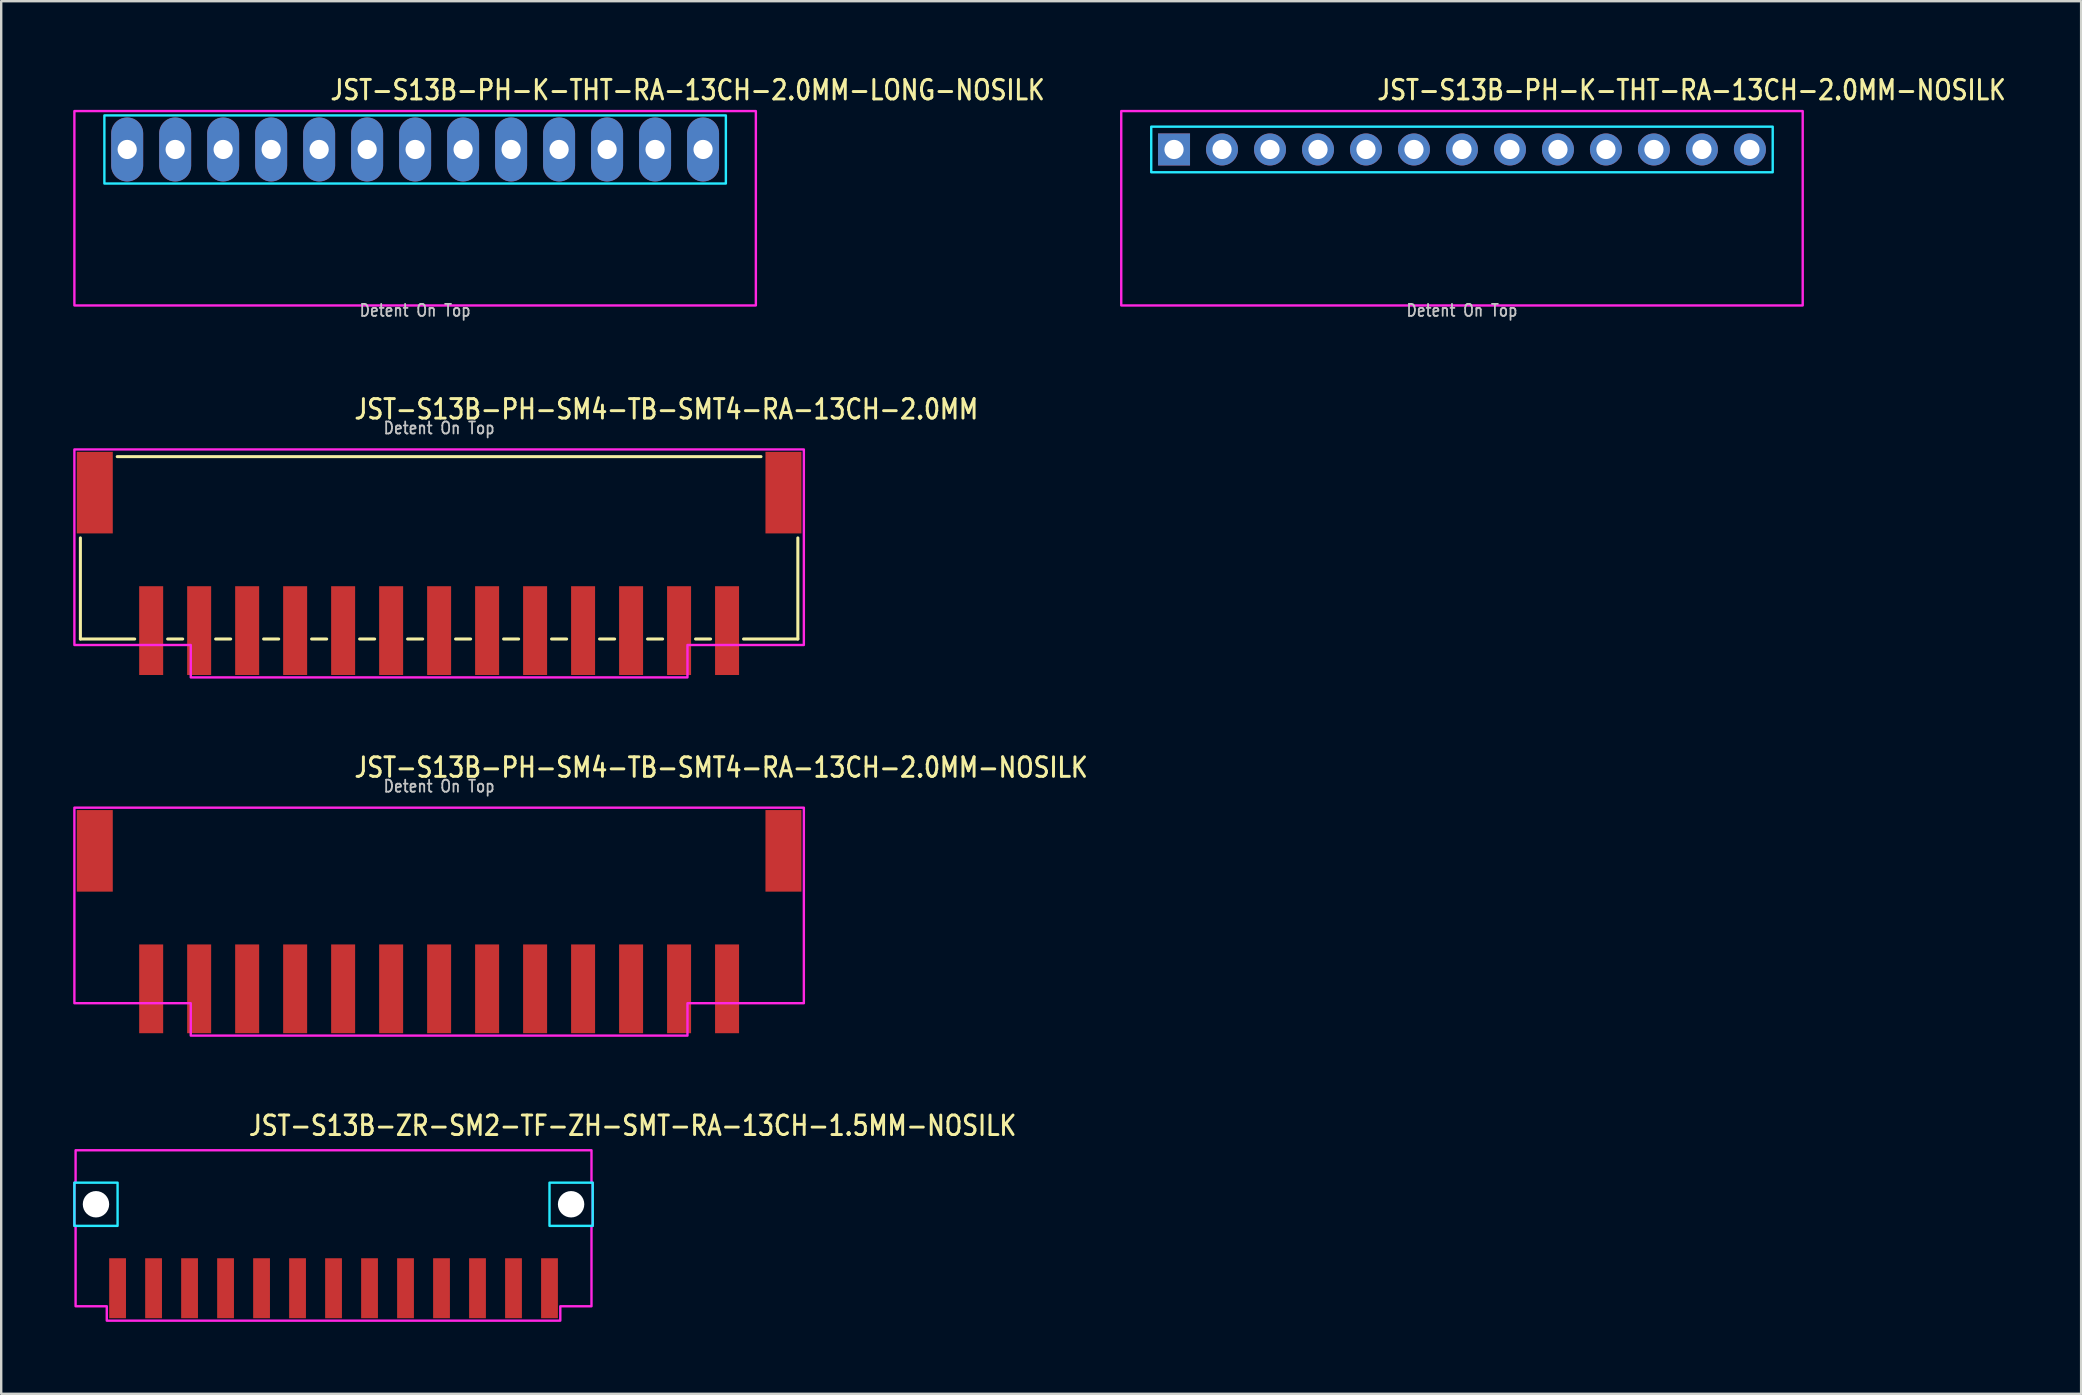
<source format=kicad_pcb>
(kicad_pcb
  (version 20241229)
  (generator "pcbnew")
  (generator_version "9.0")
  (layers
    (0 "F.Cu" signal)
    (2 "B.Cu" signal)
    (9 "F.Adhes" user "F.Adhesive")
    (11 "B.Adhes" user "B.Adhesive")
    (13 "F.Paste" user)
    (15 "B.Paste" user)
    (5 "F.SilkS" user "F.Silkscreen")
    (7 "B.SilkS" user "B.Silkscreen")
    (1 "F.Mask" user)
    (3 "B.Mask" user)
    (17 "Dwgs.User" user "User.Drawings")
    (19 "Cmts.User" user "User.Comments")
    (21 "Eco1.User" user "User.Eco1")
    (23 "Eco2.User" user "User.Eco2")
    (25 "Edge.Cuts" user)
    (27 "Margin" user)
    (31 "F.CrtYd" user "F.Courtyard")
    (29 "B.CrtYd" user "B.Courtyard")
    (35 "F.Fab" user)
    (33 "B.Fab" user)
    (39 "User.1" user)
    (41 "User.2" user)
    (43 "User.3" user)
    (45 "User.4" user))
  (footprint "JST-S13B-PH-SM4-TB-SMT4-RA-13CH-2.0MM"
    (layer "F.Cu")
    (at 15.25 17.48)
    (property "Reference" "JST-S13B-PH-SM4-TB-SMT4-RA-13CH-2.0MM" (at -3.6 -3 0) (unlocked yes) (layer "F.SilkS") (effects (font (size 0.813 0.695) (thickness 0.122)) (justify left bottom)))
    (fp_line (start -14.95 6.1) (end -14.95 1.887) (stroke (width 0.127) (type solid)) (layer "F.SilkS"))
    (fp_line (start -14.95 6.1) (end -12.687 6.1) (stroke (width 0.127) (type solid)) (layer "F.SilkS"))
    (fp_line (start -13.414 -1.5) (end 13.414 -1.5) (stroke (width 0.127) (type solid)) (layer "F.SilkS"))
    (fp_line (start -11.313 6.1) (end -10.687 6.1) (stroke (width 0.127) (type solid)) (layer "F.SilkS"))
    (fp_line (start -9.313 6.1) (end -8.687 6.1) (stroke (width 0.127) (type solid)) (layer "F.SilkS"))
    (fp_line (start -7.314 6.1) (end -6.686 6.1) (stroke (width 0.127) (type solid)) (layer "F.SilkS"))
    (fp_line (start -5.314 6.1) (end -4.686 6.1) (stroke (width 0.127) (type solid)) (layer "F.SilkS"))
    (fp_line (start -3.313 6.1) (end -2.687 6.1) (stroke (width 0.127) (type solid)) (layer "F.SilkS"))
    (fp_line (start -1.313 6.1) (end -0.686 6.1) (stroke (width 0.127) (type solid)) (layer "F.SilkS"))
    (fp_line (start 0.686 6.1) (end 1.313 6.1) (stroke (width 0.127) (type solid)) (layer "F.SilkS"))
    (fp_line (start 2.687 6.1) (end 3.313 6.1) (stroke (width 0.127) (type solid)) (layer "F.SilkS"))
    (fp_line (start 4.686 6.1) (end 5.314 6.1) (stroke (width 0.127) (type solid)) (layer "F.SilkS"))
    (fp_line (start 6.686 6.1) (end 7.314 6.1) (stroke (width 0.127) (type solid)) (layer "F.SilkS"))
    (fp_line (start 8.687 6.1) (end 9.313 6.1) (stroke (width 0.127) (type solid)) (layer "F.SilkS"))
    (fp_line (start 10.687 6.1) (end 11.313 6.1) (stroke (width 0.127) (type solid)) (layer "F.SilkS"))
    (fp_line (start 12.687 6.1) (end 14.95 6.1) (stroke (width 0.127) (type solid)) (layer "F.SilkS"))
    (fp_line (start 14.95 1.887) (end 14.95 6.1) (stroke (width 0.127) (type solid)) (layer "F.SilkS"))
    (fp_poly (pts (xy -15.2 -1.8) (xy -15.2 6.35) (xy -10.35 6.35) (xy -10.35 7.7) (xy 10.35 7.7) (xy 10.35 6.35) (xy 15.2 6.35) (xy 15.2 -1.8)) (stroke (width 0.1) (type solid)) (fill no) (layer "F.CrtYd"))
    (fp_text user "Detent On Top" (at 0 -2.4 0) (unlocked yes) (layer "Dwgs.User") (effects (font (size 0.5 0.427) (thickness 0.075)) (justify bottom)))
    (pad "1" smd rect (at 12 5.75) (size 1 3.7) (layers "F.Cu" "F.Mask" "F.Paste"))
    (pad "2" smd rect (at 10 5.75) (size 1 3.7) (layers "F.Cu" "F.Mask" "F.Paste"))
    (pad "3" smd rect (at 8 5.75) (size 1 3.7) (layers "F.Cu" "F.Mask" "F.Paste"))
    (pad "4" smd rect (at 6 5.75) (size 1 3.7) (layers "F.Cu" "F.Mask" "F.Paste"))
    (pad "5" smd rect (at 4 5.75) (size 1 3.7) (layers "F.Cu" "F.Mask" "F.Paste"))
    (pad "6" smd rect (at 2 5.75) (size 1 3.7) (layers "F.Cu" "F.Mask" "F.Paste"))
    (pad "7" smd rect (at 0 5.75) (size 1 3.7) (layers "F.Cu" "F.Mask" "F.Paste"))
    (pad "8" smd rect (at -2 5.75) (size 1 3.7) (layers "F.Cu" "F.Mask" "F.Paste"))
    (pad "9" smd rect (at -4 5.75) (size 1 3.7) (layers "F.Cu" "F.Mask" "F.Paste"))
    (pad "10" smd rect (at -6 5.75) (size 1 3.7) (layers "F.Cu" "F.Mask" "F.Paste"))
    (pad "11" smd rect (at -8 5.75) (size 1 3.7) (layers "F.Cu" "F.Mask" "F.Paste"))
    (pad "12" smd rect (at -10 5.75) (size 1 3.7) (layers "F.Cu" "F.Mask" "F.Paste"))
    (pad "13" smd rect (at -12 5.75) (size 1 3.7) (layers "F.Cu" "F.Mask" "F.Paste"))
    (pad "S_1" smd rect (at -14.35 0) (size 1.5 3.4) (layers "F.Cu" "F.Mask" "F.Paste"))
    (pad "S_2" smd rect (at 14.35 0) (size 1.5 3.4) (layers "F.Cu" "F.Mask" "F.Paste")))
  (footprint "JST-S13B-ZR-SM2-TF-ZH-SMT-RA-13CH-1.5MM-NOSILK"
    (layer "F.Cu")
    (at 10.85 47.137)
    (property "Reference" "JST-S13B-ZR-SM2-TF-ZH-SMT-RA-13CH-1.5MM-NOSILK" (at -3.6 -2.8 0) (unlocked yes) (layer "F.SilkS") (effects (font (size 0.813 0.695) (thickness 0.122)) (justify left bottom)))
    (fp_poly (pts (xy -10.8 -0.9) (xy -10.8 0.9) (xy -9 0.9) (xy -9 -0.9)) (stroke (width 0.1) (type solid)) (fill no) (layer "B.CrtYd"))
    (fp_poly (pts (xy 10.8 -0.9) (xy 10.8 0.9) (xy 9 0.9) (xy 9 -0.9)) (stroke (width 0.1) (type solid)) (fill no) (layer "B.CrtYd"))
    (fp_poly (pts (xy -10.75 -2.25) (xy -10.75 -0.9) (xy -10.8 -0.9) (xy -10.8 0.9) (xy -10.75 0.9) (xy -10.75 4.25) (xy -9.45 4.25) (xy -9.45 4.85) (xy 9.45 4.85) (xy 9.45 4.25) (xy 10.75 4.25) (xy 10.75 0.9) (xy 10.8 0.9) (xy 10.8 -0.9) (xy 10.75 -0.9) (xy 10.75 -2.25)) (stroke (width 0.1) (type solid)) (fill no) (layer "F.CrtYd"))
    (pad "" np_thru_hole circle (at -9.9 0) (size 1.1 1.1) (drill 1.1) (layers "*.Cu" "*.Mask"))
    (pad "" np_thru_hole circle (at 9.9 0) (size 1.1 1.1) (drill 1.1) (layers "*.Cu" "*.Mask"))
    (pad "1" smd rect (at 9 3.5) (size 0.7 2.5) (layers "F.Cu" "F.Mask" "F.Paste"))
    (pad "2" smd rect (at 7.5 3.5) (size 0.7 2.5) (layers "F.Cu" "F.Mask" "F.Paste"))
    (pad "3" smd rect (at 6 3.5) (size 0.7 2.5) (layers "F.Cu" "F.Mask" "F.Paste"))
    (pad "4" smd rect (at 4.5 3.5) (size 0.7 2.5) (layers "F.Cu" "F.Mask" "F.Paste"))
    (pad "5" smd rect (at 3 3.5) (size 0.7 2.5) (layers "F.Cu" "F.Mask" "F.Paste"))
    (pad "6" smd rect (at 1.5 3.5) (size 0.7 2.5) (layers "F.Cu" "F.Mask" "F.Paste"))
    (pad "7" smd rect (at 0 3.5) (size 0.7 2.5) (layers "F.Cu" "F.Mask" "F.Paste"))
    (pad "8" smd rect (at -1.5 3.5) (size 0.7 2.5) (layers "F.Cu" "F.Mask" "F.Paste"))
    (pad "9" smd rect (at -3 3.5) (size 0.7 2.5) (layers "F.Cu" "F.Mask" "F.Paste"))
    (pad "10" smd rect (at -4.5 3.5) (size 0.7 2.5) (layers "F.Cu" "F.Mask" "F.Paste"))
    (pad "11" smd rect (at -6 3.5) (size 0.7 2.5) (layers "F.Cu" "F.Mask" "F.Paste"))
    (pad "12" smd rect (at -7.5 3.5) (size 0.7 2.5) (layers "F.Cu" "F.Mask" "F.Paste"))
    (pad "13" smd rect (at -9 3.5) (size 0.7 2.5) (layers "F.Cu" "F.Mask" "F.Paste")))
  (footprint "JST-S13B-PH-K-THT-RA-13CH-2.0MM-LONG-NOSILK"
    (layer "F.Cu")
    (at 14.25 3.179)
    (property "Reference" "JST-S13B-PH-K-THT-RA-13CH-2.0MM-LONG-NOSILK" (at -3.6 -2 0) (unlocked yes) (layer "F.SilkS") (effects (font (size 0.813 0.695) (thickness 0.122)) (justify left bottom)))
    (fp_poly (pts (xy -12.95 -1.42) (xy -12.95 1.42) (xy 12.95 1.42) (xy 12.95 -1.42)) (stroke (width 0.1) (type solid)) (fill no) (layer "B.CrtYd"))
    (fp_poly (pts (xy -14.2 -1.6) (xy -14.2 6.5) (xy 14.2 6.5) (xy 14.2 -1.6)) (stroke (width 0.1) (type solid)) (fill no) (layer "F.CrtYd"))
    (fp_text user "Detent On Top" (at 0 7 0) (unlocked yes) (layer "Dwgs.User") (effects (font (size 0.5 0.427) (thickness 0.075)) (justify bottom)))
    (pad "1" thru_hole oval (at -12 0 90) (size 2.667 1.333) (drill 0.8) (layers "*.Cu" "*.Mask"))
    (pad "2" thru_hole oval (at -10 0 90) (size 2.667 1.333) (drill 0.8) (layers "*.Cu" "*.Mask"))
    (pad "3" thru_hole oval (at -8 0 90) (size 2.667 1.333) (drill 0.8) (layers "*.Cu" "*.Mask"))
    (pad "4" thru_hole oval (at -6 0 90) (size 2.667 1.333) (drill 0.8) (layers "*.Cu" "*.Mask"))
    (pad "5" thru_hole oval (at -4 0 90) (size 2.667 1.333) (drill 0.8) (layers "*.Cu" "*.Mask"))
    (pad "6" thru_hole oval (at -2 0 90) (size 2.667 1.333) (drill 0.8) (layers "*.Cu" "*.Mask"))
    (pad "7" thru_hole oval (at 0 0 90) (size 2.667 1.333) (drill 0.8) (layers "*.Cu" "*.Mask"))
    (pad "8" thru_hole oval (at 2 0 90) (size 2.667 1.333) (drill 0.8) (layers "*.Cu" "*.Mask"))
    (pad "9" thru_hole oval (at 4 0 90) (size 2.667 1.333) (drill 0.8) (layers "*.Cu" "*.Mask"))
    (pad "10" thru_hole oval (at 6 0 90) (size 2.667 1.333) (drill 0.8) (layers "*.Cu" "*.Mask"))
    (pad "11" thru_hole oval (at 8 0 90) (size 2.667 1.333) (drill 0.8) (layers "*.Cu" "*.Mask"))
    (pad "12" thru_hole oval (at 10 0 90) (size 2.667 1.333) (drill 0.8) (layers "*.Cu" "*.Mask"))
    (pad "13" thru_hole oval (at 12 0 90) (size 2.667 1.333) (drill 0.8) (layers "*.Cu" "*.Mask")))
  (footprint "JST-S13B-PH-SM4-TB-SMT4-RA-13CH-2.0MM-NOSILK"
    (layer "F.Cu")
    (at 15.25 32.409)
    (property "Reference" "JST-S13B-PH-SM4-TB-SMT4-RA-13CH-2.0MM-NOSILK" (at -3.6 -3 0) (unlocked yes) (layer "F.SilkS") (effects (font (size 0.813 0.695) (thickness 0.122)) (justify left bottom)))
    (fp_poly (pts (xy -15.2 -1.8) (xy -15.2 6.35) (xy -10.35 6.35) (xy -10.35 7.7) (xy 10.35 7.7) (xy 10.35 6.35) (xy 15.2 6.35) (xy 15.2 -1.8)) (stroke (width 0.1) (type solid)) (fill no) (layer "F.CrtYd"))
    (fp_text user "Detent On Top" (at 0 -2.4 0) (unlocked yes) (layer "Dwgs.User") (effects (font (size 0.5 0.427) (thickness 0.075)) (justify bottom)))
    (pad "1" smd rect (at 12 5.75) (size 1 3.7) (layers "F.Cu" "F.Mask" "F.Paste"))
    (pad "2" smd rect (at 10 5.75) (size 1 3.7) (layers "F.Cu" "F.Mask" "F.Paste"))
    (pad "3" smd rect (at 8 5.75) (size 1 3.7) (layers "F.Cu" "F.Mask" "F.Paste"))
    (pad "4" smd rect (at 6 5.75) (size 1 3.7) (layers "F.Cu" "F.Mask" "F.Paste"))
    (pad "5" smd rect (at 4 5.75) (size 1 3.7) (layers "F.Cu" "F.Mask" "F.Paste"))
    (pad "6" smd rect (at 2 5.75) (size 1 3.7) (layers "F.Cu" "F.Mask" "F.Paste"))
    (pad "7" smd rect (at 0 5.75) (size 1 3.7) (layers "F.Cu" "F.Mask" "F.Paste"))
    (pad "8" smd rect (at -2 5.75) (size 1 3.7) (layers "F.Cu" "F.Mask" "F.Paste"))
    (pad "9" smd rect (at -4 5.75) (size 1 3.7) (layers "F.Cu" "F.Mask" "F.Paste"))
    (pad "10" smd rect (at -6 5.75) (size 1 3.7) (layers "F.Cu" "F.Mask" "F.Paste"))
    (pad "11" smd rect (at -8 5.75) (size 1 3.7) (layers "F.Cu" "F.Mask" "F.Paste"))
    (pad "12" smd rect (at -10 5.75) (size 1 3.7) (layers "F.Cu" "F.Mask" "F.Paste"))
    (pad "13" smd rect (at -12 5.75) (size 1 3.7) (layers "F.Cu" "F.Mask" "F.Paste"))
    (pad "S_1" smd rect (at -14.35 0) (size 1.5 3.4) (layers "F.Cu" "F.Mask" "F.Paste"))
    (pad "S_2" smd rect (at 14.35 0) (size 1.5 3.4) (layers "F.Cu" "F.Mask" "F.Paste")))
  (footprint "JST-S13B-PH-K-THT-RA-13CH-2.0MM-NOSILK"
    (layer "F.Cu")
    (at 57.877 3.179)
    (property "Reference" "JST-S13B-PH-K-THT-RA-13CH-2.0MM-NOSILK" (at -3.6 -2 0) (unlocked yes) (layer "F.SilkS") (effects (font (size 0.813 0.695) (thickness 0.122)) (justify left bottom)))
    (fp_poly (pts (xy -12.95 -0.95) (xy -12.95 0.95) (xy 12.95 0.95) (xy 12.95 -0.95)) (stroke (width 0.1) (type solid)) (fill no) (layer "B.CrtYd"))
    (fp_poly (pts (xy -14.2 -1.6) (xy -14.2 6.5) (xy 14.2 6.5) (xy 14.2 -1.6)) (stroke (width 0.1) (type solid)) (fill no) (layer "F.CrtYd"))
    (fp_text user "Detent On Top" (at 0 7 0) (unlocked yes) (layer "Dwgs.User") (effects (font (size 0.5 0.427) (thickness 0.075)) (justify bottom)))
    (pad "1" thru_hole rect (at -12 0) (size 1.333 1.333) (drill 0.8) (layers "*.Cu" "*.Mask"))
    (pad "2" thru_hole oval (at -10 0) (size 1.333 1.333) (drill 0.8) (layers "*.Cu" "*.Mask"))
    (pad "3" thru_hole oval (at -8 0) (size 1.333 1.333) (drill 0.8) (layers "*.Cu" "*.Mask"))
    (pad "4" thru_hole oval (at -6 0) (size 1.333 1.333) (drill 0.8) (layers "*.Cu" "*.Mask"))
    (pad "5" thru_hole oval (at -4 0) (size 1.333 1.333) (drill 0.8) (layers "*.Cu" "*.Mask"))
    (pad "6" thru_hole oval (at -2 0) (size 1.333 1.333) (drill 0.8) (layers "*.Cu" "*.Mask"))
    (pad "7" thru_hole oval (at 0 0) (size 1.333 1.333) (drill 0.8) (layers "*.Cu" "*.Mask"))
    (pad "8" thru_hole oval (at 2 0) (size 1.333 1.333) (drill 0.8) (layers "*.Cu" "*.Mask"))
    (pad "9" thru_hole oval (at 4 0) (size 1.333 1.333) (drill 0.8) (layers "*.Cu" "*.Mask"))
    (pad "10" thru_hole oval (at 6 0) (size 1.333 1.333) (drill 0.8) (layers "*.Cu" "*.Mask"))
    (pad "11" thru_hole oval (at 8 0) (size 1.333 1.333) (drill 0.8) (layers "*.Cu" "*.Mask"))
    (pad "12" thru_hole oval (at 10 0) (size 1.333 1.333) (drill 0.8) (layers "*.Cu" "*.Mask"))
    (pad "13" thru_hole oval (at 12 0) (size 1.333 1.333) (drill 0.8) (layers "*.Cu" "*.Mask")))
  (gr_rect
    (start -3 -3)
    (end 83.68 55.037)
    (stroke (width 0.1) (type default))
    (fill no)
    (layer "Edge.Cuts")))
</source>
